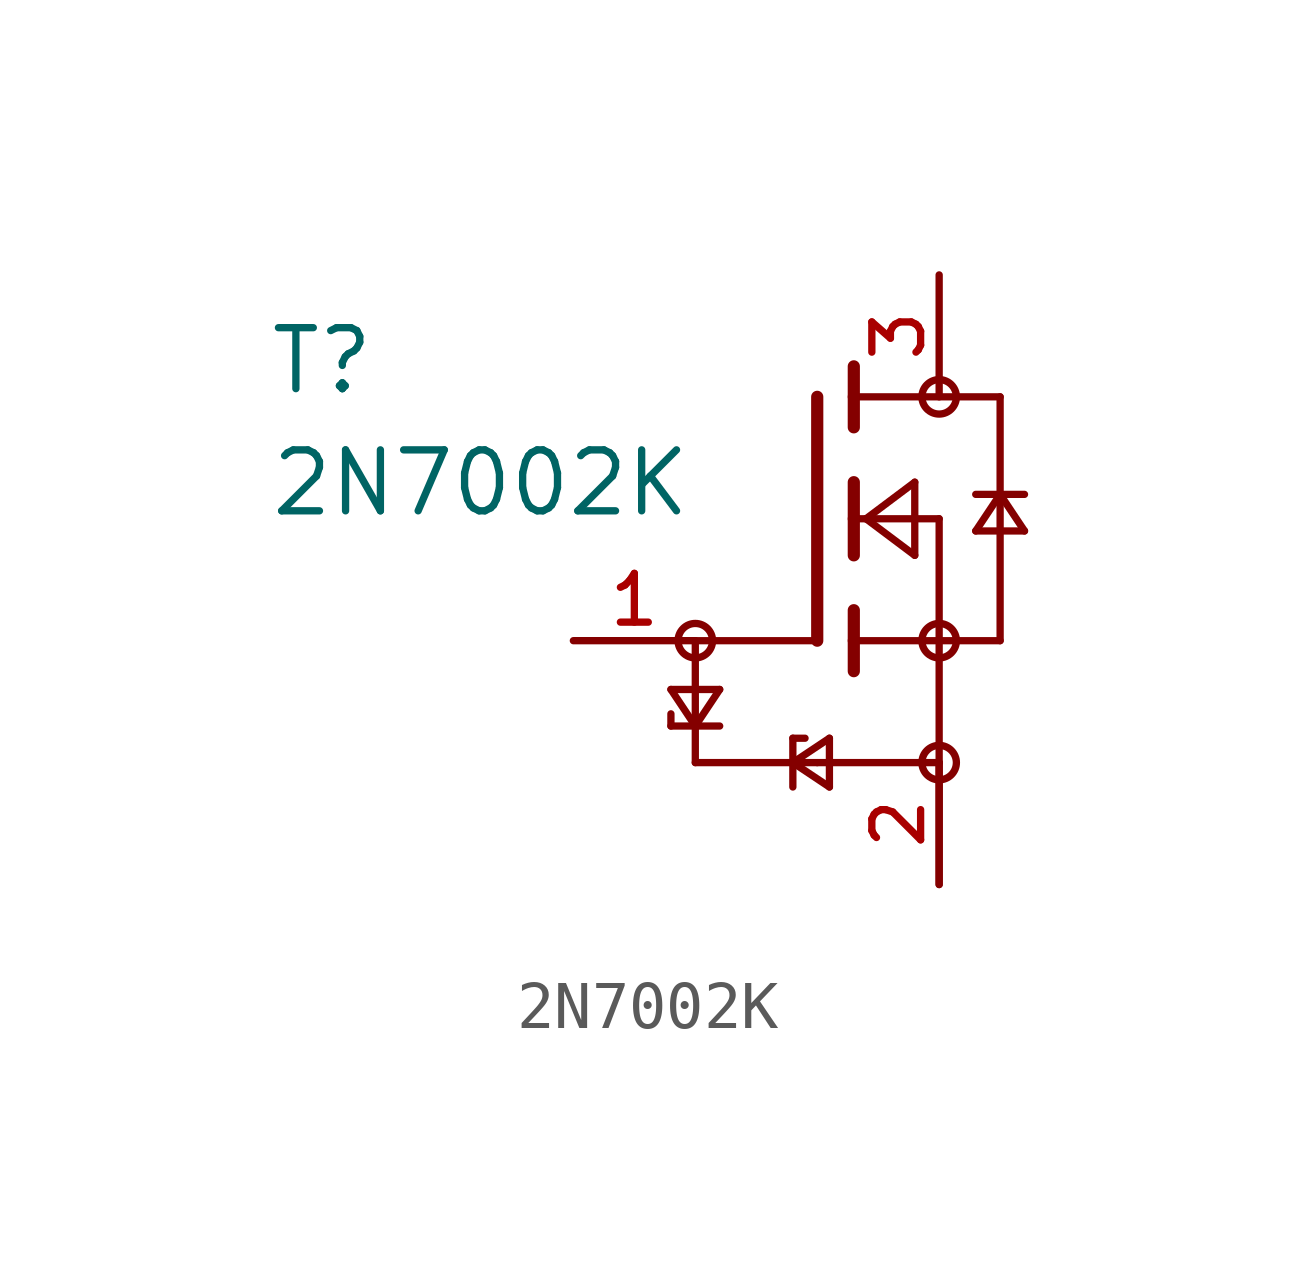
<source format=kicad_sym>
(kicad_symbol_lib
  (version 20211014)
  (generator kicad_symbol_editor)
  (symbol "2N7002K"
    (pin_names
      (offset 1.016))
    (property "Reference" "T"
      (at -11.445 5.087 0)
      (effects (font (size 1.27 1.27)) (justify bottom left)))
    (property "Value" "2N7002K"
      (at -11.438 2.542 0)
      (effects (font (size 1.27 1.27)) (justify bottom left)))
    (symbol "2N7002K_0_0"
      (polyline (pts (xy 0.762 3.302) (xy 0.762 2.54)) (stroke (width 0.254)))
      (polyline (pts (xy 0.762 2.54) (xy 0.762 1.778)) (stroke (width 0.254)))
      (polyline (pts (xy 0.762 5.715) (xy 0.762 5.08)) (stroke (width 0.254)))
      (polyline (pts (xy 0.762 5.08) (xy 0.762 4.445)) (stroke (width 0.254)))
      (polyline (pts (xy 0.762 2.54) (xy 2.54 2.54)) (stroke (width 0.152)))
      (polyline (pts (xy 2.54 2.54) (xy 2.54 0.0)) (stroke (width 0.152)))
      (polyline (pts (xy 0.762 0.635) (xy 0.762 0.0)) (stroke (width 0.254)))
      (polyline (pts (xy 0.762 0.0) (xy 0.762 -0.635)) (stroke (width 0.254)))
      (polyline (pts (xy 0.0 5.08) (xy 0.0 0.0)) (stroke (width 0.254)))
      (polyline (pts (xy 2.54 0.0) (xy 0.762 0.0)) (stroke (width 0.152)))
      (polyline (pts (xy 3.81 5.08) (xy 3.81 3.048)) (stroke (width 0.152)))
      (polyline (pts (xy 3.81 3.048) (xy 3.81 0.0)) (stroke (width 0.152)))
      (polyline (pts (xy 2.54 0.0) (xy 3.81 0.0)) (stroke (width 0.152)))
      (polyline (pts (xy 0.762 5.08) (xy 3.81 5.08)) (stroke (width 0.152)))
      (polyline (pts (xy 4.318 3.048) (xy 3.81 3.048)) (stroke (width 0.152)))
      (polyline (pts (xy 3.81 3.048) (xy 3.302 3.048)) (stroke (width 0.152)))
      (polyline (pts (xy 3.81 3.048) (xy 3.302 2.286)) (stroke (width 0.152)))
      (polyline (pts (xy 3.302 2.286) (xy 4.318 2.286)) (stroke (width 0.152)))
      (polyline (pts (xy 4.318 2.286) (xy 3.81 3.048)) (stroke (width 0.152)))
      (polyline (pts (xy -0.508 -2.032) (xy -0.508 -2.54)) (stroke (width 0.152)))
      (polyline (pts (xy -0.508 -2.54) (xy -0.508 -3.048)) (stroke (width 0.152)))
      (polyline (pts (xy -0.508 -2.54) (xy 0.254 -3.048)) (stroke (width 0.152)))
      (polyline (pts (xy 0.254 -3.048) (xy 0.254 -2.032)) (stroke (width 0.152)))
      (polyline (pts (xy 0.254 -2.032) (xy -0.508 -2.54)) (stroke (width 0.152)))
      (polyline (pts (xy 2.54 -5.08) (xy 2.54 -2.54)) (stroke (width 0.152)))
      (polyline (pts (xy 2.54 -2.54) (xy 2.54 0.0)) (stroke (width 0.152)))
      (polyline (pts (xy 2.54 -2.54) (xy 0.0 -2.54)) (stroke (width 0.152)))
      (polyline (pts (xy 0.0 -2.54) (xy -2.54 -2.54)) (stroke (width 0.152)))
      (polyline (pts (xy -2.54 -2.54) (xy -2.54 0.0)) (stroke (width 0.152)))
      (polyline (pts (xy -3.048 -1.778) (xy -2.54 -1.778)) (stroke (width 0.152)))
      (polyline (pts (xy -2.54 -1.778) (xy -2.032 -1.778)) (stroke (width 0.152)))
      (polyline (pts (xy -2.54 -1.778) (xy -2.032 -1.016)) (stroke (width 0.152)))
      (polyline (pts (xy -2.032 -1.016) (xy -3.048 -1.016)) (stroke (width 0.152)))
      (polyline (pts (xy -3.048 -1.016) (xy -2.54 -1.778)) (stroke (width 0.152)))
      (polyline (pts (xy -3.048 -1.778) (xy -3.048 -1.524)) (stroke (width 0.152)))
      (polyline (pts (xy -0.508 -2.032) (xy -0.254 -2.032)) (stroke (width 0.152)))
      (polyline (pts (xy -2.54 0.0) (xy 0.0 0.0)) (stroke (width 0.152)))
      (polyline (pts (xy 1.016 2.54) (xy 2.032 3.302)) (stroke (width 0.152)))
      (polyline (pts (xy 2.032 3.302) (xy 2.032 1.778)) (stroke (width 0.152)))
      (polyline (pts (xy 2.032 1.778) (xy 1.016 2.54)) (stroke (width 0.152)))
      (circle (center 2.54 0.0) (radius 0.359) (stroke (width 0.0)) (fill (type none)))
      (circle (center 2.54 5.08) (radius 0.359) (stroke (width 0.0)) (fill (type none)))
      (circle (center 2.54 -2.54) (radius 0.359) (stroke (width 0.0)) (fill (type none)))
      (circle (center -2.54 0.0) (radius 0.359) (stroke (width 0.0)) (fill (type none)))
      (pin passive line (at 2.54 -5.08 90.0) (length 2.54) (name "~" (effects (font (size 1.016 1.016)))) (number "2" (effects (font (size 1.016 1.016)))))
      (pin passive line (at -5.08 0.0 0) (length 2.54) (name "~" (effects (font (size 1.016 1.016)))) (number "1" (effects (font (size 1.016 1.016)))))
      (pin passive line (at 2.54 7.62 270.0) (length 2.54) (name "~" (effects (font (size 1.016 1.016)))) (number "3" (effects (font (size 1.016 1.016))))))))
</source>
